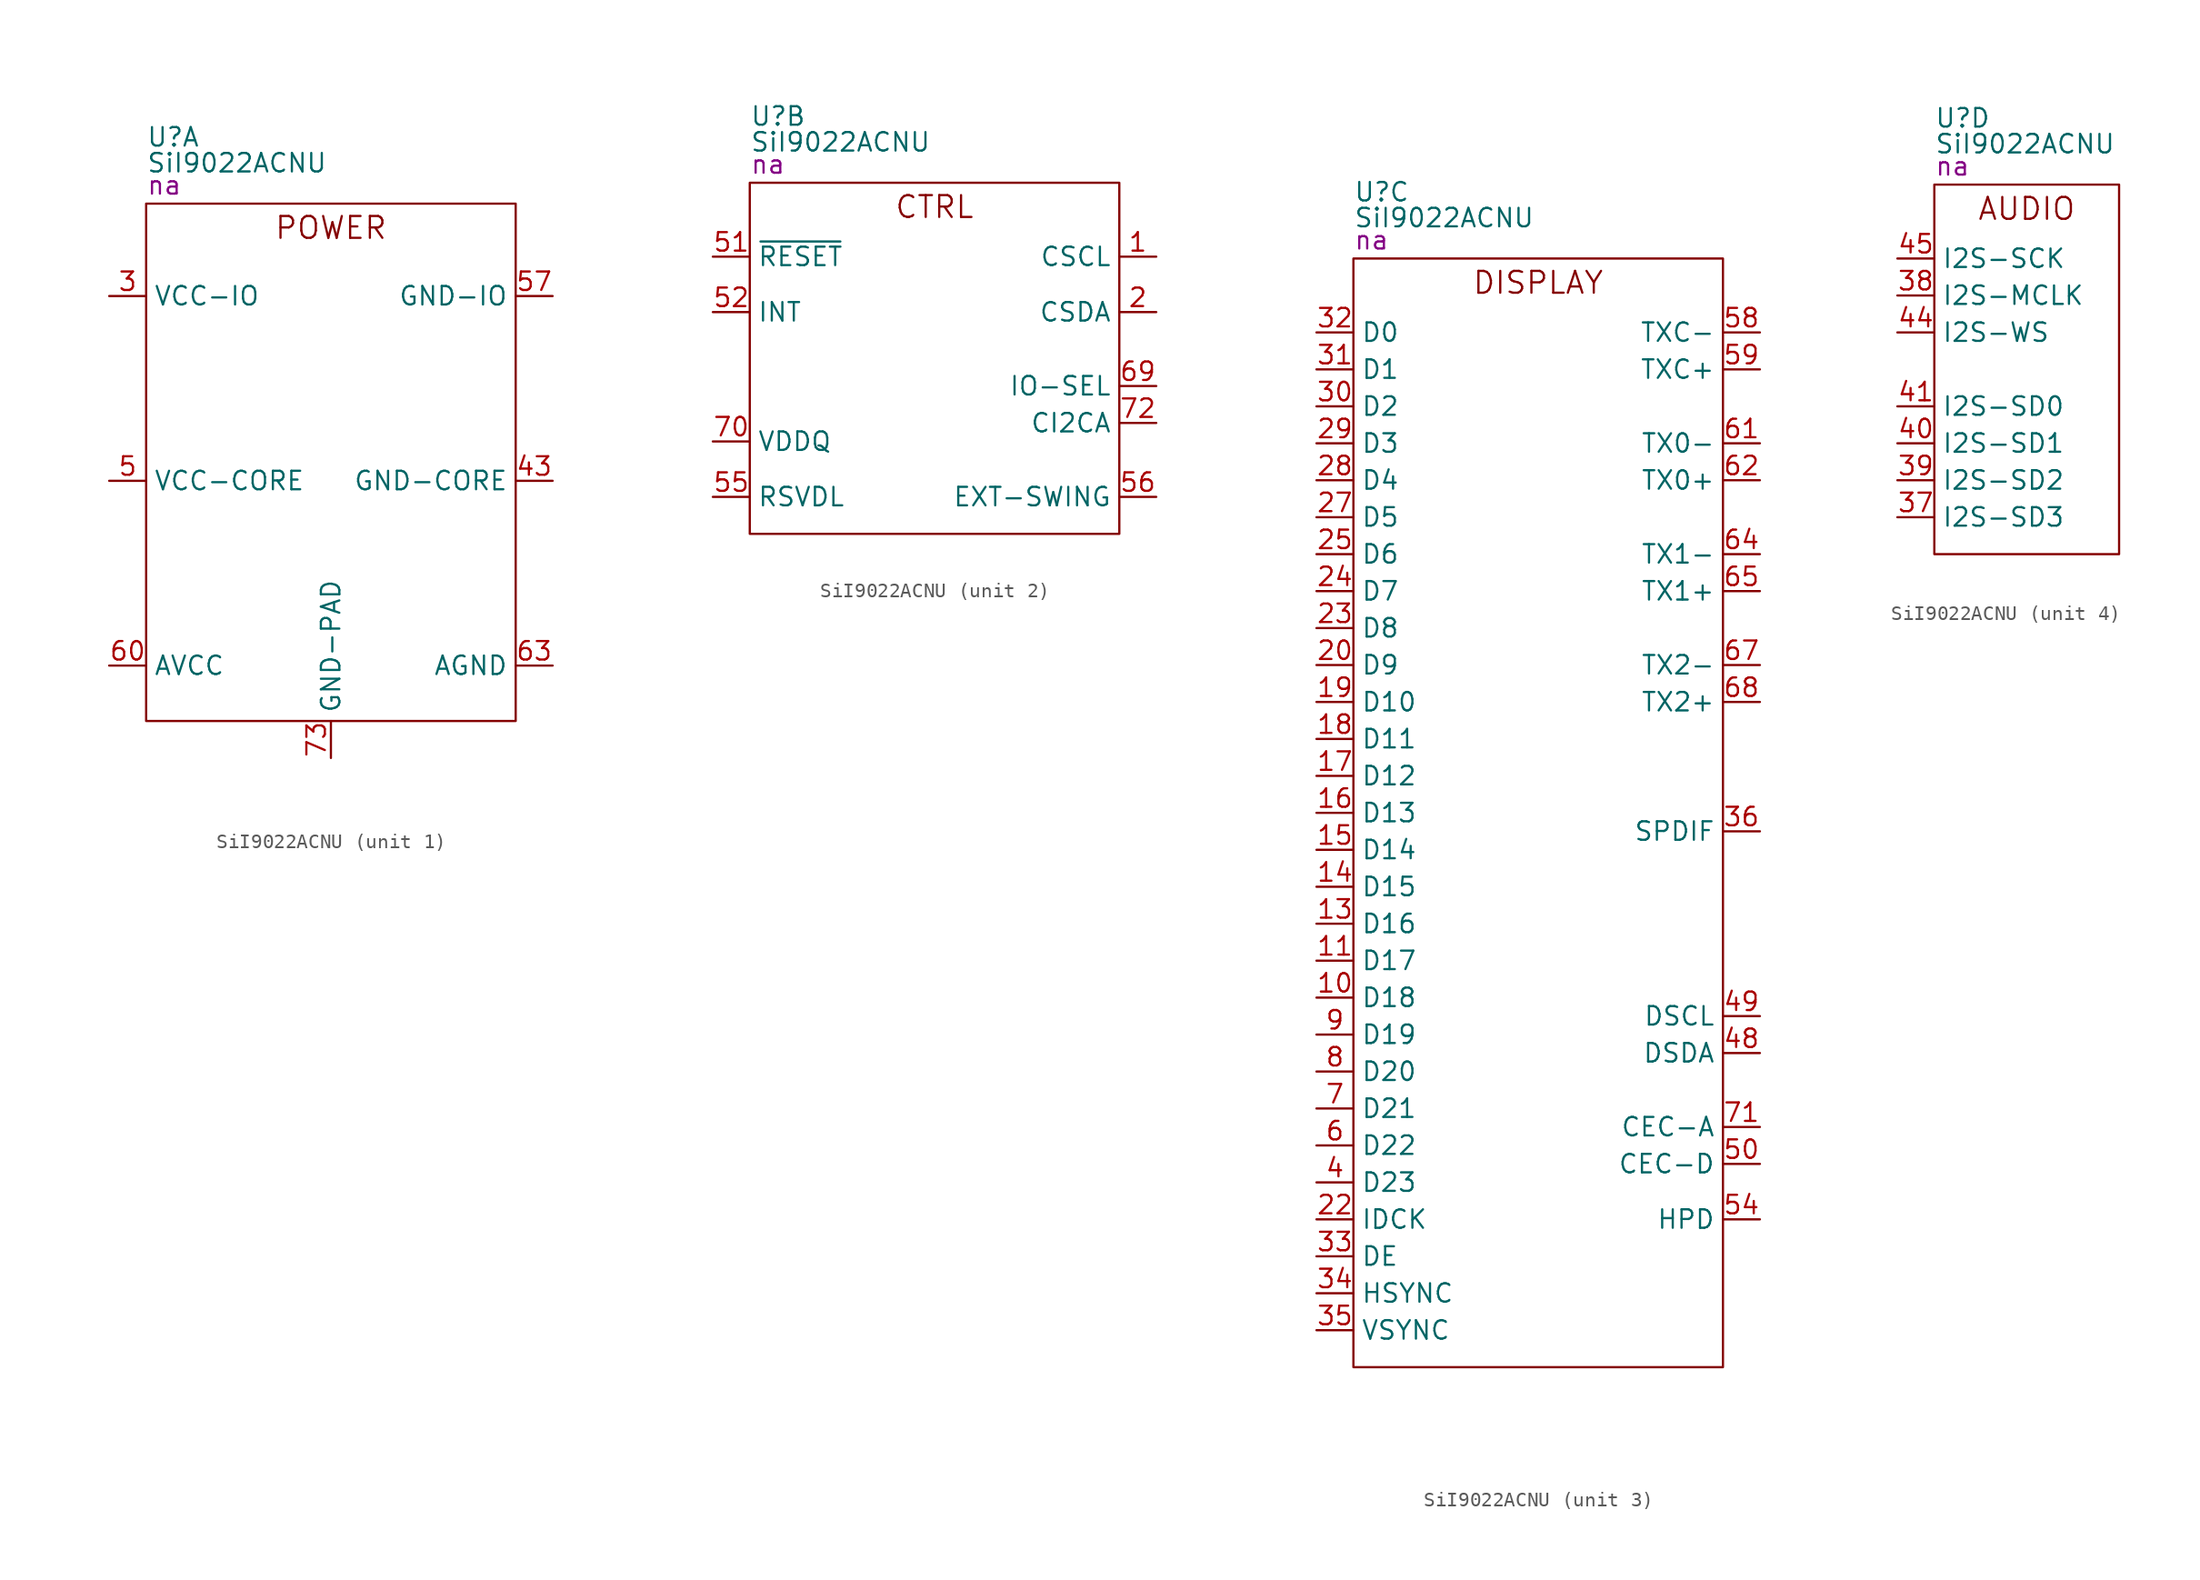
<source format=kicad_sym>
(kicad_symbol_lib
  (version 20231120)
  (generator "kicad_symbol_editor")
  (generator_version "8.0")
  (symbol "SiI9022ACNU"
    (property "Reference" "U"
      (at 0 4.572 0)
      (effects (font (size 1.27 1.27)) (justify left)))
    (property "Value" "SiI9022ACNU"
      (at 0 2.794 0)
      (effects (font (size 1.27 1.27)) (justify left)))
    (property "PartNumber" "na"
      (at 0 1.27 0)
      (effects (font (size 1.27 1.27)) (justify left)))
    (property "ki_locked" ""
      (at 0 0 0)
      (effects (font (size 1.27 1.27))))
    (symbol "SiI9022ACNU_1_0"
      (pin power_in line (at -2.54 -19.05 0) (length 2.54) hide (name "VCC-CORE" (effects (font (size 1.27 1.27)))) (number "12" (effects (font (size 1.27 1.27)))))
      (pin power_in line (at -2.54 -6.35 0) (length 2.54) hide (name "VCC-IO" (effects (font (size 1.27 1.27)))) (number "21" (effects (font (size 1.27 1.27)))))
      (pin power_in line (at -2.54 -19.05 0) (length 2.54) hide (name "VCC-CORE" (effects (font (size 1.27 1.27)))) (number "26" (effects (font (size 1.27 1.27)))))
      (pin power_in line (at -2.54 -6.35 0) (length 2.54) (name "VCC-IO" (effects (font (size 1.27 1.27)))) (number "3" (effects (font (size 1.27 1.27)))))
      (pin power_in line (at -2.54 -19.05 0) (length 2.54) hide (name "VCC-CORE" (effects (font (size 1.27 1.27)))) (number "42" (effects (font (size 1.27 1.27)))))
      (pin power_in line (at 27.94 -19.05 180) (length 2.54) (name "GND-CORE" (effects (font (size 1.27 1.27)))) (number "43" (effects (font (size 1.27 1.27)))))
      (pin power_in line (at -2.54 -6.35 0) (length 2.54) hide (name "VCC-IO" (effects (font (size 1.27 1.27)))) (number "46" (effects (font (size 1.27 1.27)))))
      (pin power_in line (at -2.54 -19.05 0) (length 2.54) hide (name "VCC-CORE" (effects (font (size 1.27 1.27)))) (number "47" (effects (font (size 1.27 1.27)))))
      (pin power_in line (at -2.54 -19.05 0) (length 2.54) (name "VCC-CORE" (effects (font (size 1.27 1.27)))) (number "5" (effects (font (size 1.27 1.27)))))
      (pin power_in line (at -2.54 -19.05 0) (length 2.54) hide (name "VCC-CORE" (effects (font (size 1.27 1.27)))) (number "53" (effects (font (size 1.27 1.27)))))
      (pin power_in line (at 27.94 -6.35 180) (length 2.54) (name "GND-IO" (effects (font (size 1.27 1.27)))) (number "57" (effects (font (size 1.27 1.27)))))
      (pin power_in line (at -2.54 -31.75 0) (length 2.54) (name "AVCC" (effects (font (size 1.27 1.27)))) (number "60" (effects (font (size 1.27 1.27)))))
      (pin power_in line (at 27.94 -31.75 180) (length 2.54) (name "AGND" (effects (font (size 1.27 1.27)))) (number "63" (effects (font (size 1.27 1.27)))))
      (pin power_in line (at -2.54 -31.75 0) (length 2.54) hide (name "AVCC" (effects (font (size 1.27 1.27)))) (number "66" (effects (font (size 1.27 1.27)))))
      (pin power_in line (at 12.7 -38.1 90) (length 2.54) (name "GND-PAD" (effects (font (size 1.27 1.27)))) (number "73" (effects (font (size 1.27 1.27))))))
    (symbol "SiI9022ACNU_1_1"
      (rectangle (start 0 0) (end 25.4 -35.56) (stroke (width 0) (type default)) (fill (type none)))
      (text "POWER" (at 12.7 -2.54 0) (effects (font (size 1.5 1.5)) (justify bottom))))
    (symbol "SiI9022ACNU_2_0"
      (pin bidirectional line (at 27.94 -5.08 180) (length 2.54) (name "CSCL" (effects (font (size 1.27 1.27)))) (number "1" (effects (font (size 1.27 1.27)))))
      (pin bidirectional line (at 27.94 -8.89 180) (length 2.54) (name "CSDA" (effects (font (size 1.27 1.27)))) (number "2" (effects (font (size 1.27 1.27)))))
      (pin input line (at -2.54 -5.08 0) (length 2.54) (name "~{RESET}" (effects (font (size 1.27 1.27)))) (number "51" (effects (font (size 1.27 1.27)))))
      (pin output line (at -2.54 -8.89 0) (length 2.54) (name "INT" (effects (font (size 1.27 1.27)))) (number "52" (effects (font (size 1.27 1.27)))))
      (pin passive line (at -2.54 -21.59 0) (length 2.54) (name "RSVDL" (effects (font (size 1.27 1.27)))) (number "55" (effects (font (size 1.27 1.27)))))
      (pin input line (at 27.94 -21.59 180) (length 2.54) (name "EXT-SWING" (effects (font (size 1.27 1.27)))) (number "56" (effects (font (size 1.27 1.27)))))
      (pin input line (at 27.94 -13.97 180) (length 2.54) (name "IO-SEL" (effects (font (size 1.27 1.27)))) (number "69" (effects (font (size 1.27 1.27)))))
      (pin passive line (at -2.54 -17.78 0) (length 2.54) (name "VDDQ" (effects (font (size 1.27 1.27)))) (number "70" (effects (font (size 1.27 1.27)))))
      (pin input line (at 27.94 -16.51 180) (length 2.54) (name "CI2CA" (effects (font (size 1.27 1.27)))) (number "72" (effects (font (size 1.27 1.27))))))
    (symbol "SiI9022ACNU_2_1"
      (rectangle (start 0 0) (end 25.4 -24.13) (stroke (width 0) (type default)) (fill (type none)))
      (text "CTRL" (at 12.7 -2.54 0) (effects (font (size 1.5 1.5)) (justify bottom))))
    (symbol "SiI9022ACNU_3_0"
      (pin input line (at -2.54 -50.8 0) (length 2.54) (name "D18" (effects (font (size 1.27 1.27)))) (number "10" (effects (font (size 1.27 1.27)))))
      (pin input line (at -2.54 -48.26 0) (length 2.54) (name "D17" (effects (font (size 1.27 1.27)))) (number "11" (effects (font (size 1.27 1.27)))))
      (pin input line (at -2.54 -45.72 0) (length 2.54) (name "D16" (effects (font (size 1.27 1.27)))) (number "13" (effects (font (size 1.27 1.27)))))
      (pin input line (at -2.54 -43.18 0) (length 2.54) (name "D15" (effects (font (size 1.27 1.27)))) (number "14" (effects (font (size 1.27 1.27)))))
      (pin input line (at -2.54 -40.64 0) (length 2.54) (name "D14" (effects (font (size 1.27 1.27)))) (number "15" (effects (font (size 1.27 1.27)))))
      (pin input line (at -2.54 -38.1 0) (length 2.54) (name "D13" (effects (font (size 1.27 1.27)))) (number "16" (effects (font (size 1.27 1.27)))))
      (pin input line (at -2.54 -35.56 0) (length 2.54) (name "D12" (effects (font (size 1.27 1.27)))) (number "17" (effects (font (size 1.27 1.27)))))
      (pin input line (at -2.54 -33.02 0) (length 2.54) (name "D11" (effects (font (size 1.27 1.27)))) (number "18" (effects (font (size 1.27 1.27)))))
      (pin input line (at -2.54 -30.48 0) (length 2.54) (name "D10" (effects (font (size 1.27 1.27)))) (number "19" (effects (font (size 1.27 1.27)))))
      (pin input line (at -2.54 -27.94 0) (length 2.54) (name "D9" (effects (font (size 1.27 1.27)))) (number "20" (effects (font (size 1.27 1.27)))))
      (pin input line (at -2.54 -66.04 0) (length 2.54) (name "IDCK" (effects (font (size 1.27 1.27)))) (number "22" (effects (font (size 1.27 1.27)))))
      (pin input line (at -2.54 -25.4 0) (length 2.54) (name "D8" (effects (font (size 1.27 1.27)))) (number "23" (effects (font (size 1.27 1.27)))))
      (pin input line (at -2.54 -22.86 0) (length 2.54) (name "D7" (effects (font (size 1.27 1.27)))) (number "24" (effects (font (size 1.27 1.27)))))
      (pin input line (at -2.54 -20.32 0) (length 2.54) (name "D6" (effects (font (size 1.27 1.27)))) (number "25" (effects (font (size 1.27 1.27)))))
      (pin input line (at -2.54 -17.78 0) (length 2.54) (name "D5" (effects (font (size 1.27 1.27)))) (number "27" (effects (font (size 1.27 1.27)))))
      (pin input line (at -2.54 -15.24 0) (length 2.54) (name "D4" (effects (font (size 1.27 1.27)))) (number "28" (effects (font (size 1.27 1.27)))))
      (pin input line (at -2.54 -12.7 0) (length 2.54) (name "D3" (effects (font (size 1.27 1.27)))) (number "29" (effects (font (size 1.27 1.27)))))
      (pin input line (at -2.54 -10.16 0) (length 2.54) (name "D2" (effects (font (size 1.27 1.27)))) (number "30" (effects (font (size 1.27 1.27)))))
      (pin input line (at -2.54 -7.62 0) (length 2.54) (name "D1" (effects (font (size 1.27 1.27)))) (number "31" (effects (font (size 1.27 1.27)))))
      (pin input line (at -2.54 -5.08 0) (length 2.54) (name "D0" (effects (font (size 1.27 1.27)))) (number "32" (effects (font (size 1.27 1.27)))))
      (pin input line (at -2.54 -68.58 0) (length 2.54) (name "DE" (effects (font (size 1.27 1.27)))) (number "33" (effects (font (size 1.27 1.27)))))
      (pin input line (at -2.54 -71.12 0) (length 2.54) (name "HSYNC" (effects (font (size 1.27 1.27)))) (number "34" (effects (font (size 1.27 1.27)))))
      (pin input line (at -2.54 -73.66 0) (length 2.54) (name "VSYNC" (effects (font (size 1.27 1.27)))) (number "35" (effects (font (size 1.27 1.27)))))
      (pin input line (at 27.94 -39.37 180) (length 2.54) (name "SPDIF" (effects (font (size 1.27 1.27)))) (number "36" (effects (font (size 1.27 1.27)))))
      (pin input line (at -2.54 -63.5 0) (length 2.54) (name "D23" (effects (font (size 1.27 1.27)))) (number "4" (effects (font (size 1.27 1.27)))))
      (pin bidirectional line (at 27.94 -54.61 180) (length 2.54) (name "DSDA" (effects (font (size 1.27 1.27)))) (number "48" (effects (font (size 1.27 1.27)))))
      (pin bidirectional line (at 27.94 -52.07 180) (length 2.54) (name "DSCL" (effects (font (size 1.27 1.27)))) (number "49" (effects (font (size 1.27 1.27)))))
      (pin bidirectional line (at 27.94 -62.23 180) (length 2.54) (name "CEC-D" (effects (font (size 1.27 1.27)))) (number "50" (effects (font (size 1.27 1.27)))))
      (pin input line (at 27.94 -66.04 180) (length 2.54) (name "HPD" (effects (font (size 1.27 1.27)))) (number "54" (effects (font (size 1.27 1.27)))))
      (pin output line (at 27.94 -5.08 180) (length 2.54) (name "TXC-" (effects (font (size 1.27 1.27)))) (number "58" (effects (font (size 1.27 1.27)))))
      (pin output line (at 27.94 -7.62 180) (length 2.54) (name "TXC+" (effects (font (size 1.27 1.27)))) (number "59" (effects (font (size 1.27 1.27)))))
      (pin input line (at -2.54 -60.96 0) (length 2.54) (name "D22" (effects (font (size 1.27 1.27)))) (number "6" (effects (font (size 1.27 1.27)))))
      (pin output line (at 27.94 -12.7 180) (length 2.54) (name "TX0-" (effects (font (size 1.27 1.27)))) (number "61" (effects (font (size 1.27 1.27)))))
      (pin output line (at 27.94 -15.24 180) (length 2.54) (name "TX0+" (effects (font (size 1.27 1.27)))) (number "62" (effects (font (size 1.27 1.27)))))
      (pin output line (at 27.94 -20.32 180) (length 2.54) (name "TX1-" (effects (font (size 1.27 1.27)))) (number "64" (effects (font (size 1.27 1.27)))))
      (pin output line (at 27.94 -22.86 180) (length 2.54) (name "TX1+" (effects (font (size 1.27 1.27)))) (number "65" (effects (font (size 1.27 1.27)))))
      (pin output line (at 27.94 -27.94 180) (length 2.54) (name "TX2-" (effects (font (size 1.27 1.27)))) (number "67" (effects (font (size 1.27 1.27)))))
      (pin output line (at 27.94 -30.48 180) (length 2.54) (name "TX2+" (effects (font (size 1.27 1.27)))) (number "68" (effects (font (size 1.27 1.27)))))
      (pin input line (at -2.54 -58.42 0) (length 2.54) (name "D21" (effects (font (size 1.27 1.27)))) (number "7" (effects (font (size 1.27 1.27)))))
      (pin bidirectional line (at 27.94 -59.69 180) (length 2.54) (name "CEC-A" (effects (font (size 1.27 1.27)))) (number "71" (effects (font (size 1.27 1.27)))))
      (pin input line (at -2.54 -55.88 0) (length 2.54) (name "D20" (effects (font (size 1.27 1.27)))) (number "8" (effects (font (size 1.27 1.27)))))
      (pin input line (at -2.54 -53.34 0) (length 2.54) (name "D19" (effects (font (size 1.27 1.27)))) (number "9" (effects (font (size 1.27 1.27))))))
    (symbol "SiI9022ACNU_3_1"
      (rectangle (start 0 0) (end 25.4 -76.2) (stroke (width 0) (type default)) (fill (type none)))
      (text "DISPLAY" (at 12.7 -2.54 0) (effects (font (size 1.5 1.5)) (justify bottom))))
    (symbol "SiI9022ACNU_4_0"
      (pin input line (at -2.54 -22.86 0) (length 2.54) (name "I2S-SD3" (effects (font (size 1.27 1.27)))) (number "37" (effects (font (size 1.27 1.27)))))
      (pin input line (at -2.54 -7.62 0) (length 2.54) (name "I2S-MCLK" (effects (font (size 1.27 1.27)))) (number "38" (effects (font (size 1.27 1.27)))))
      (pin input line (at -2.54 -20.32 0) (length 2.54) (name "I2S-SD2" (effects (font (size 1.27 1.27)))) (number "39" (effects (font (size 1.27 1.27)))))
      (pin input line (at -2.54 -17.78 0) (length 2.54) (name "I2S-SD1" (effects (font (size 1.27 1.27)))) (number "40" (effects (font (size 1.27 1.27)))))
      (pin input line (at -2.54 -15.24 0) (length 2.54) (name "I2S-SD0" (effects (font (size 1.27 1.27)))) (number "41" (effects (font (size 1.27 1.27)))))
      (pin input line (at -2.54 -10.16 0) (length 2.54) (name "I2S-WS" (effects (font (size 1.27 1.27)))) (number "44" (effects (font (size 1.27 1.27)))))
      (pin input line (at -2.54 -5.08 0) (length 2.54) (name "I2S-SCK" (effects (font (size 1.27 1.27)))) (number "45" (effects (font (size 1.27 1.27))))))
    (symbol "SiI9022ACNU_4_1"
      (rectangle (start 0 0) (end 12.7 -25.4) (stroke (width 0) (type default)) (fill (type none)))
      (text "AUDIO" (at 6.35 -2.54 0) (effects (font (size 1.5 1.5)) (justify bottom))))))
</source>
